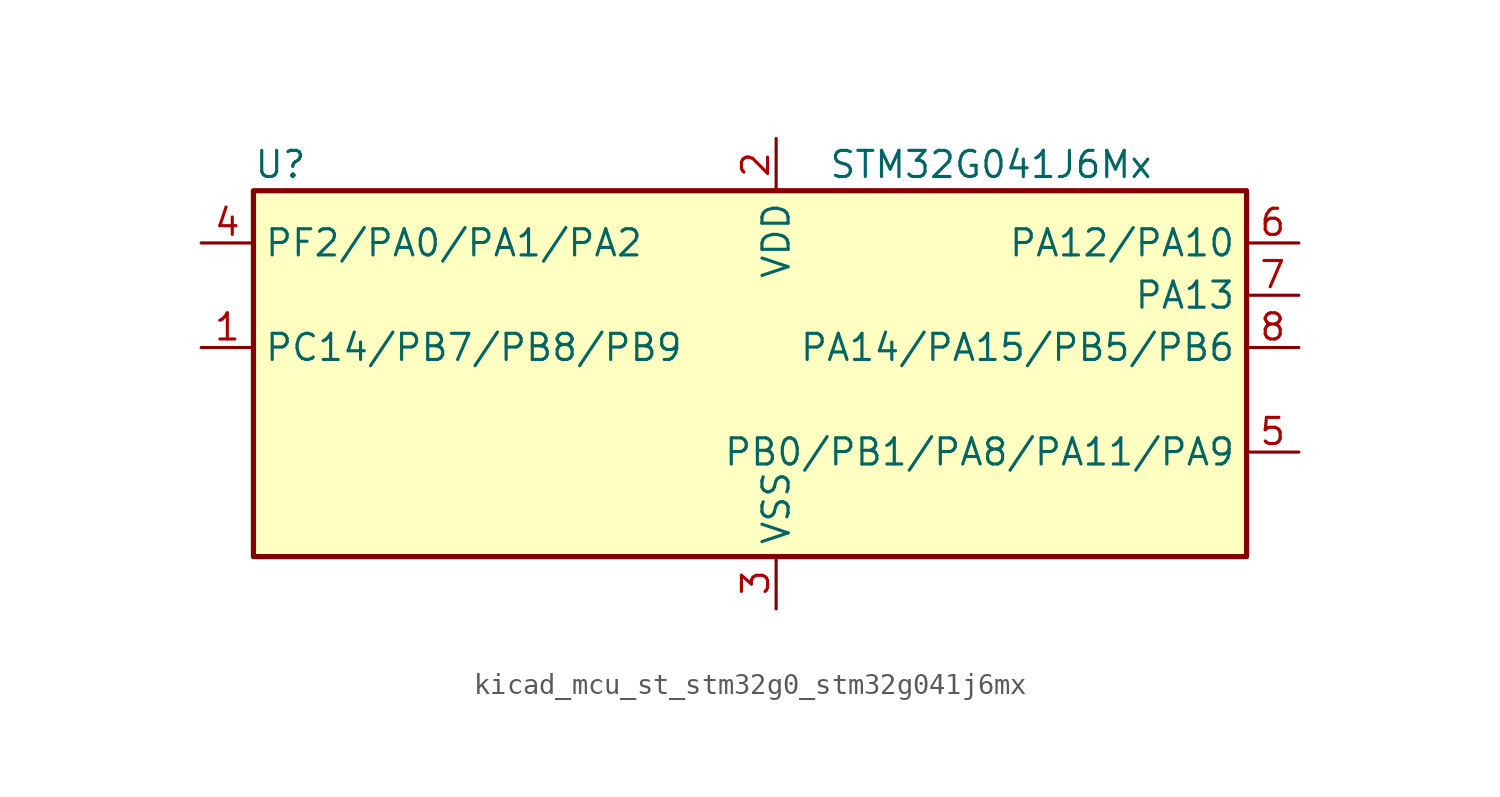
<source format=kicad_sym>
(kicad_symbol_lib
  (version 20220914)
  (generator kicad_symbol_editor)
  (symbol "kicad_mcu_st_stm32g0_stm32g041j6mx"
    (property "Reference" "U"
      (at -22.86 11.43 0)
      (effects (font (size 1.27 1.27)) (justify left)))
    (property "Value" "STM32G041J6Mx"
      (at 5.08 11.43 0)
      (effects (font (size 1.27 1.27)) (justify left)))
    (property "ki_locked" ""
      (at 0 0 0)
      (effects (font (size 1.27 1.27))))
    (symbol "kicad_mcu_st_stm32g0_stm32g041j6mx_0_1"
      (rectangle (start -22.86 -7.62) (end 25.4 10.16) (stroke (width 0.254) (type default)) (fill (type background))))
    (symbol "kicad_mcu_st_stm32g0_stm32g041j6mx_1_1"
      (pin bidirectional line (at -25.4 2.54 0) (length 2.54) (name "PC14/PB7/PB8/PB9" (effects (font (size 1.27 1.27)))) (number "1" (effects (font (size 1.27 1.27)))) (alternate "RCC_OSC32_IN" bidirectional line) (alternate "RCC_OSC_IN" bidirectional line) (alternate "TIM1_BK2" bidirectional line))
      (pin power_in line (at 2.54 12.7 270) (length 2.54) (name "VDD" (effects (font (size 1.27 1.27)))) (number "2" (effects (font (size 1.27 1.27)))))
      (pin power_in line (at 2.54 -10.16 90) (length 2.54) (name "VSS" (effects (font (size 1.27 1.27)))) (number "3" (effects (font (size 1.27 1.27)))))
      (pin bidirectional line (at -25.4 7.62 0) (length 2.54) (name "PF2/PA0/PA1/PA2" (effects (font (size 1.27 1.27)))) (number "4" (effects (font (size 1.27 1.27)))) (alternate "RCC_MCO" bidirectional line))
      (pin bidirectional line (at 27.94 -2.54 180) (length 2.54) (name "PB0/PB1/PA8/PA11/PA9" (effects (font (size 1.27 1.27)))) (number "5" (effects (font (size 1.27 1.27)))) (alternate "ADC1_IN8" bidirectional line) (alternate "I2S1_WS" bidirectional line) (alternate "LPTIM1_OUT" bidirectional line) (alternate "SPI1_NSS" bidirectional line) (alternate "TIM1_CH2N" bidirectional line) (alternate "TIM3_CH3" bidirectional line))
      (pin bidirectional line (at 27.94 7.62 180) (length 2.54) (name "PA12/PA10" (effects (font (size 1.27 1.27)))) (number "6" (effects (font (size 1.27 1.27)))) (alternate "ADC1_IN16" bidirectional line) (alternate "I2C2_SDA" bidirectional line) (alternate "I2S1_SD" bidirectional line) (alternate "I2S_CKIN" bidirectional line) (alternate "SPI1_MOSI" bidirectional line) (alternate "TIM1_ETR" bidirectional line) (alternate "USART1_CK" bidirectional line) (alternate "USART1_DE" bidirectional line) (alternate "USART1_RTS" bidirectional line))
      (pin bidirectional line (at 27.94 5.08 180) (length 2.54) (name "PA13" (effects (font (size 1.27 1.27)))) (number "7" (effects (font (size 1.27 1.27)))) (alternate "ADC1_IN17" bidirectional line) (alternate "IR_OUT" bidirectional line) (alternate "SYS_SWDIO" bidirectional line))
      (pin bidirectional line (at 27.94 2.54 180) (length 2.54) (name "PA14/PA15/PB5/PB6" (effects (font (size 1.27 1.27)))) (number "8" (effects (font (size 1.27 1.27)))) (alternate "ADC1_IN18" bidirectional line) (alternate "SYS_SWCLK" bidirectional line) (alternate "USART2_TX" bidirectional line)))))
</source>
